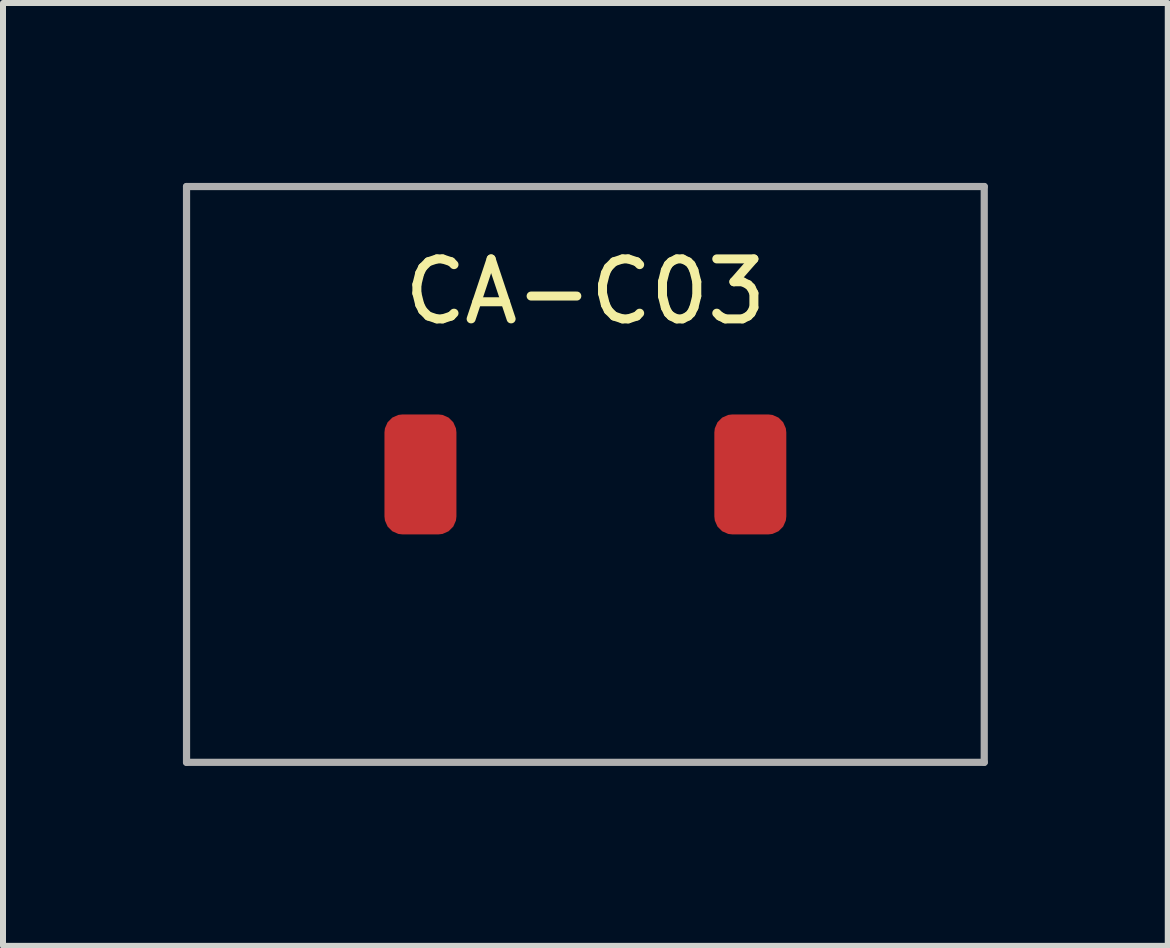
<source format=kicad_pcb>
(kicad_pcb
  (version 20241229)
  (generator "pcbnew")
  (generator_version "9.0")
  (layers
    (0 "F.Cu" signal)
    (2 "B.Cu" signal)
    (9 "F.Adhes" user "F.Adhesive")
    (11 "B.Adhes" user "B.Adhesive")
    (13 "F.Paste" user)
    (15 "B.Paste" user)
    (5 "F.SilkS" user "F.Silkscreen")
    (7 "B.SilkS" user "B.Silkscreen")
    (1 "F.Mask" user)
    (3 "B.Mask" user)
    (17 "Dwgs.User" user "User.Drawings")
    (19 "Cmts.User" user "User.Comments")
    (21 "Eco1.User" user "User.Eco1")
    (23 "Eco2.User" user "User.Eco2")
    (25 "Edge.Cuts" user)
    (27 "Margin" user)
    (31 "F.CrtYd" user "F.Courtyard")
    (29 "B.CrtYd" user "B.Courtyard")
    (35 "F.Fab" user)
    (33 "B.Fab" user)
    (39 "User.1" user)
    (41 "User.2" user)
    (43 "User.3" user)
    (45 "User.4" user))
  (footprint "CA-C03"
    (layer "F.Cu")
    (at 6.71 4.86)
    (property "Reference" "CA-C03" (at 0 -3.048 0) (layer "F.SilkS") (effects (font (size 1 1) (thickness 0.15))))
    (attr through_hole)
    (fp_line (start -6.65 -4.8) (end -6.65 4.8) (stroke (width 0.12) (type solid)) (layer "F.Fab"))
    (fp_line (start -6.65 -4.8) (end 6.65 -4.8) (stroke (width 0.12) (type solid)) (layer "F.Fab"))
    (fp_line (start -6.65 4.8) (end 6.65 4.8) (stroke (width 0.12) (type solid)) (layer "F.Fab"))
    (fp_line (start 6.65 -4.8) (end 6.65 4.8) (stroke (width 0.12) (type solid)) (layer "F.Fab"))
    (pad "1" smd roundrect (at -2.75 0) (size 1.2 2) (layers "F.Cu" "F.Mask" "F.Paste") (roundrect_rratio 0.25))
    (pad "2" smd roundrect (at 2.75 0) (size 1.2 2) (layers "F.Cu" "F.Mask" "F.Paste") (roundrect_rratio 0.25)))
  (gr_rect
    (start -3 -3)
    (end 16.42 12.72)
    (stroke (width 0.1) (type default))
    (fill no)
    (layer "Edge.Cuts")))
</source>
